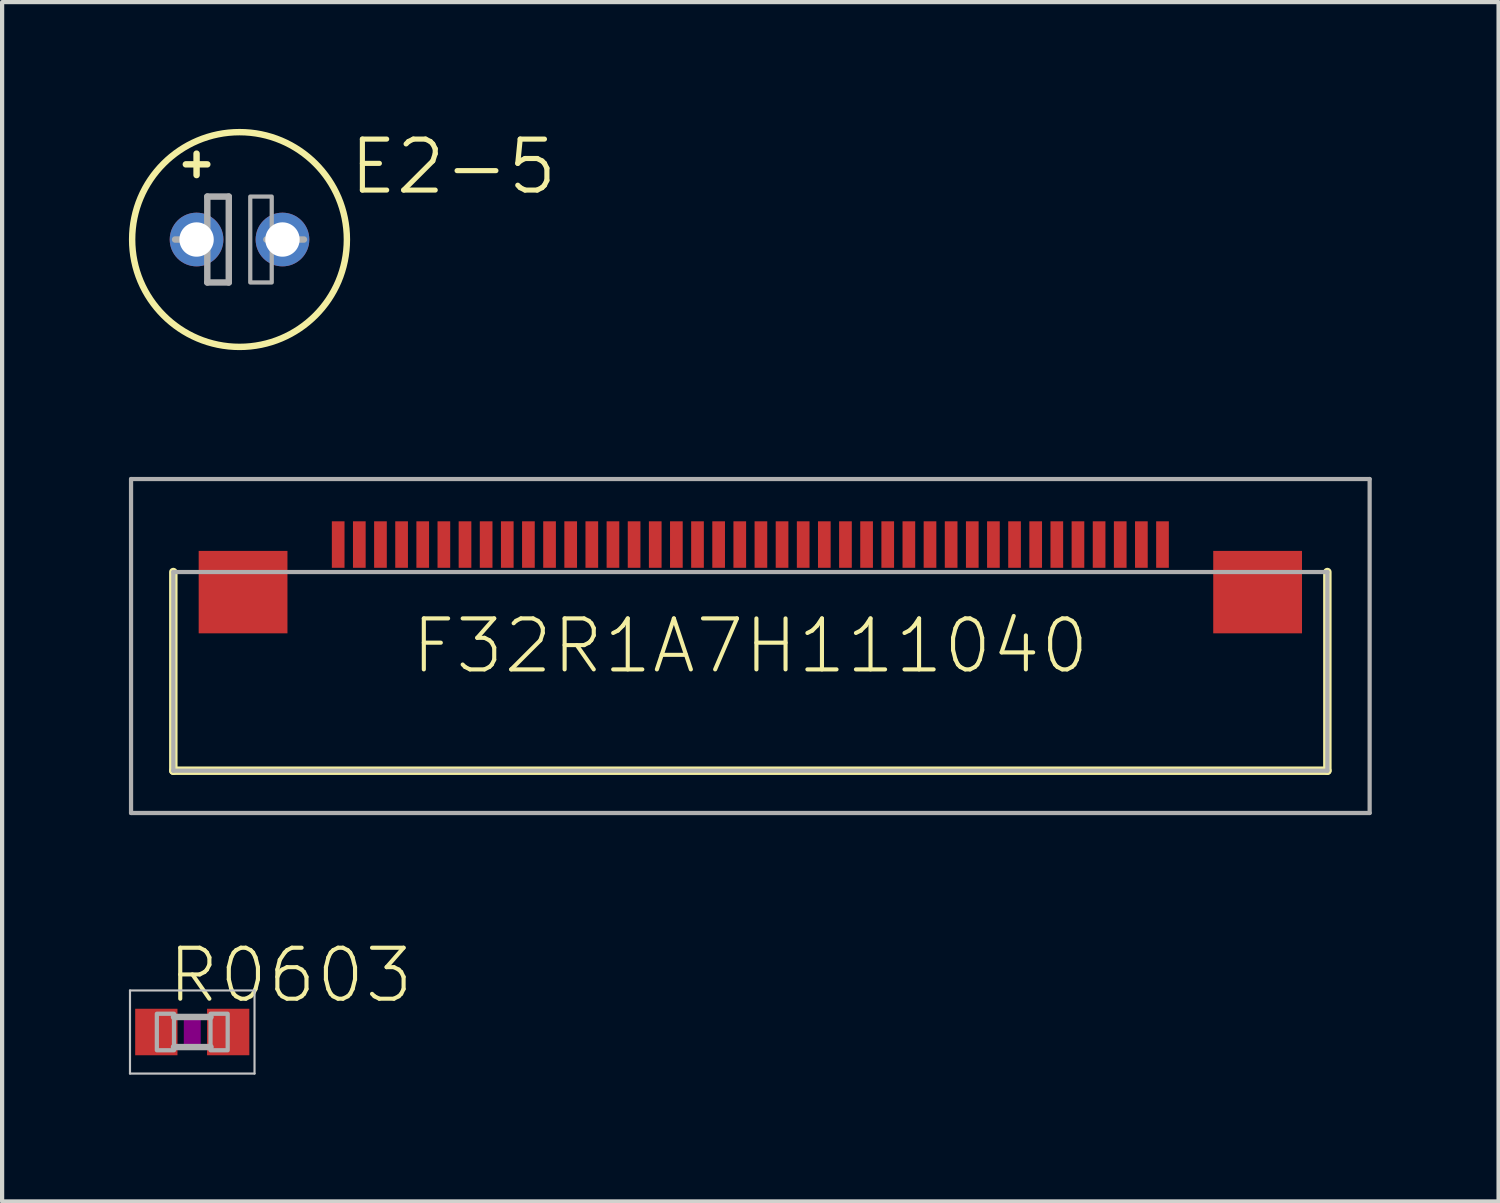
<source format=kicad_pcb>
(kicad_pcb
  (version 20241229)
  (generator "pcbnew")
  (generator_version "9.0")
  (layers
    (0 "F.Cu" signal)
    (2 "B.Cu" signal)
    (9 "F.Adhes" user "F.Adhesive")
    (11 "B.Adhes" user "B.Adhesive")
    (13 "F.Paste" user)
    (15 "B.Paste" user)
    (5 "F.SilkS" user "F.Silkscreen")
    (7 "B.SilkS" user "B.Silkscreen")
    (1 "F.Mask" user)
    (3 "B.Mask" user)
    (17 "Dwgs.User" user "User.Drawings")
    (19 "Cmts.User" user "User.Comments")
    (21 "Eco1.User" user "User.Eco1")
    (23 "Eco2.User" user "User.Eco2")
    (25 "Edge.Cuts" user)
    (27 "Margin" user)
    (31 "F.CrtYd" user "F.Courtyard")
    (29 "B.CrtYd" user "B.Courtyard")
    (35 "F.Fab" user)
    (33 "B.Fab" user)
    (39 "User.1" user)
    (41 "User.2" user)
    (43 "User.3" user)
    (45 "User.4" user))
  (footprint "E2-5"
    (layer "F.Cu")
    (at 2.616 2.616)
    (property "Reference" "E2-5" (at 2.54 -1.016 180) (layer "F.SilkS") (effects (font (size 1.206 1.206) (thickness 0.121)) (justify left bottom)))
    (attr through_hole)
    (fp_line (start -1.27 -1.778) (end -0.762 -1.778) (stroke (width 0.152) (type solid)) (layer "F.SilkS"))
    (fp_line (start -1.016 -1.524) (end -1.016 -2.032) (stroke (width 0.152) (type solid)) (layer "F.SilkS"))
    (fp_circle (center 0 0) (end 2.54 0) (stroke (width 0.152) (type solid)) (fill no) (layer "F.SilkS"))
    (fp_line (start -1.524 0) (end -0.762 0) (stroke (width 0.152) (type solid)) (layer "F.Fab"))
    (fp_line (start -0.762 -1.016) (end -0.762 0) (stroke (width 0.152) (type solid)) (layer "F.Fab"))
    (fp_line (start -0.762 0) (end -0.762 1.016) (stroke (width 0.152) (type solid)) (layer "F.Fab"))
    (fp_line (start -0.762 1.016) (end -0.254 1.016) (stroke (width 0.152) (type solid)) (layer "F.Fab"))
    (fp_line (start -0.254 -1.016) (end -0.762 -1.016) (stroke (width 0.152) (type solid)) (layer "F.Fab"))
    (fp_line (start -0.254 1.016) (end -0.254 -1.016) (stroke (width 0.152) (type solid)) (layer "F.Fab"))
    (fp_line (start 0.635 0) (end 1.524 0) (stroke (width 0.152) (type solid)) (layer "F.Fab"))
    (fp_poly (pts (xy 0.254 1.016) (xy 0.762 1.016) (xy 0.762 -1.016) (xy 0.254 -1.016)) (stroke (width 0.1) (type solid)) (fill no) (layer "F.Fab"))
    (pad "+" thru_hole circle (at -1.016 0) (size 1.27 1.27) (drill 0.813) (layers "*.Cu" "*.Mask"))
    (pad "-" thru_hole circle (at 1.016 0) (size 1.27 1.27) (drill 0.813) (layers "*.Cu" "*.Mask")))
  (footprint "F32R1A7H111040"
    (layer "F.Cu")
    (at 14.7 12.832)
    (property "Reference" "F32R1A7H111040" (at 0 -0.6 180) (layer "F.SilkS") (effects (font (size 1.206 1.206) (thickness 0.097))))
    (attr through_hole)
    (fp_line (start -13.65 -2.35) (end -13.65 2.35) (stroke (width 0.2) (type solid)) (layer "F.SilkS"))
    (fp_line (start -13.65 2.35) (end 13.65 2.35) (stroke (width 0.2) (type solid)) (layer "F.SilkS"))
    (fp_line (start 13.65 2.35) (end 13.65 -2.35) (stroke (width 0.2) (type solid)) (layer "F.SilkS"))
    (fp_line (start -14.65 -4.55) (end 14.65 -4.55) (stroke (width 0.1) (type solid)) (layer "F.Fab"))
    (fp_line (start -14.65 3.35) (end -14.65 -4.55) (stroke (width 0.1) (type solid)) (layer "F.Fab"))
    (fp_line (start -13.65 -2.35) (end -13.65 2.35) (stroke (width 0.1) (type solid)) (layer "F.Fab"))
    (fp_line (start -13.65 2.35) (end 13.65 2.35) (stroke (width 0.1) (type solid)) (layer "F.Fab"))
    (fp_line (start 13.65 -2.35) (end -13.65 -2.35) (stroke (width 0.1) (type solid)) (layer "F.Fab"))
    (fp_line (start 13.65 2.35) (end 13.65 -2.35) (stroke (width 0.1) (type solid)) (layer "F.Fab"))
    (fp_line (start 14.65 -4.55) (end 14.65 3.35) (stroke (width 0.1) (type solid)) (layer "F.Fab"))
    (fp_line (start 14.65 3.35) (end -14.65 3.35) (stroke (width 0.1) (type solid)) (layer "F.Fab"))
    (pad "1" smd rect (at -9.75 -3 90) (size 1.1 0.3) (layers "F.Cu" "F.Mask" "F.Paste"))
    (pad "2" smd rect (at -9.25 -3 90) (size 1.1 0.3) (layers "F.Cu" "F.Mask" "F.Paste"))
    (pad "3" smd rect (at -8.75 -3 90) (size 1.1 0.3) (layers "F.Cu" "F.Mask" "F.Paste"))
    (pad "4" smd rect (at -8.25 -3 90) (size 1.1 0.3) (layers "F.Cu" "F.Mask" "F.Paste"))
    (pad "5" smd rect (at -7.75 -3 90) (size 1.1 0.3) (layers "F.Cu" "F.Mask" "F.Paste"))
    (pad "6" smd rect (at -7.25 -3 90) (size 1.1 0.3) (layers "F.Cu" "F.Mask" "F.Paste"))
    (pad "7" smd rect (at -6.75 -3 90) (size 1.1 0.3) (layers "F.Cu" "F.Mask" "F.Paste"))
    (pad "8" smd rect (at -6.25 -3 90) (size 1.1 0.3) (layers "F.Cu" "F.Mask" "F.Paste"))
    (pad "9" smd rect (at -5.75 -3 90) (size 1.1 0.3) (layers "F.Cu" "F.Mask" "F.Paste"))
    (pad "10" smd rect (at -5.25 -3 90) (size 1.1 0.3) (layers "F.Cu" "F.Mask" "F.Paste"))
    (pad "11" smd rect (at -4.75 -3 90) (size 1.1 0.3) (layers "F.Cu" "F.Mask" "F.Paste"))
    (pad "12" smd rect (at -4.25 -3 90) (size 1.1 0.3) (layers "F.Cu" "F.Mask" "F.Paste"))
    (pad "13" smd rect (at -3.75 -3 90) (size 1.1 0.3) (layers "F.Cu" "F.Mask" "F.Paste"))
    (pad "14" smd rect (at -3.25 -3 90) (size 1.1 0.3) (layers "F.Cu" "F.Mask" "F.Paste"))
    (pad "15" smd rect (at -2.75 -3 90) (size 1.1 0.3) (layers "F.Cu" "F.Mask" "F.Paste"))
    (pad "16" smd rect (at -2.25 -3 90) (size 1.1 0.3) (layers "F.Cu" "F.Mask" "F.Paste"))
    (pad "17" smd rect (at -1.75 -3 90) (size 1.1 0.3) (layers "F.Cu" "F.Mask" "F.Paste"))
    (pad "18" smd rect (at -1.25 -3 90) (size 1.1 0.3) (layers "F.Cu" "F.Mask" "F.Paste"))
    (pad "19" smd rect (at -0.75 -3 90) (size 1.1 0.3) (layers "F.Cu" "F.Mask" "F.Paste"))
    (pad "20" smd rect (at -0.25 -3 90) (size 1.1 0.3) (layers "F.Cu" "F.Mask" "F.Paste"))
    (pad "21" smd rect (at 0.25 -3 90) (size 1.1 0.3) (layers "F.Cu" "F.Mask" "F.Paste"))
    (pad "22" smd rect (at 0.75 -3 90) (size 1.1 0.3) (layers "F.Cu" "F.Mask" "F.Paste"))
    (pad "23" smd rect (at 1.25 -3 90) (size 1.1 0.3) (layers "F.Cu" "F.Mask" "F.Paste"))
    (pad "24" smd rect (at 1.75 -3 90) (size 1.1 0.3) (layers "F.Cu" "F.Mask" "F.Paste"))
    (pad "25" smd rect (at 2.25 -3 90) (size 1.1 0.3) (layers "F.Cu" "F.Mask" "F.Paste"))
    (pad "26" smd rect (at 2.75 -3 90) (size 1.1 0.3) (layers "F.Cu" "F.Mask" "F.Paste"))
    (pad "27" smd rect (at 3.25 -3 90) (size 1.1 0.3) (layers "F.Cu" "F.Mask" "F.Paste"))
    (pad "28" smd rect (at 3.75 -3 90) (size 1.1 0.3) (layers "F.Cu" "F.Mask" "F.Paste"))
    (pad "29" smd rect (at 4.25 -3 90) (size 1.1 0.3) (layers "F.Cu" "F.Mask" "F.Paste"))
    (pad "30" smd rect (at 4.75 -3 90) (size 1.1 0.3) (layers "F.Cu" "F.Mask" "F.Paste"))
    (pad "31" smd rect (at 5.25 -3 90) (size 1.1 0.3) (layers "F.Cu" "F.Mask" "F.Paste"))
    (pad "32" smd rect (at 5.75 -3 90) (size 1.1 0.3) (layers "F.Cu" "F.Mask" "F.Paste"))
    (pad "33" smd rect (at 6.25 -3 90) (size 1.1 0.3) (layers "F.Cu" "F.Mask" "F.Paste"))
    (pad "34" smd rect (at 6.75 -3 90) (size 1.1 0.3) (layers "F.Cu" "F.Mask" "F.Paste"))
    (pad "35" smd rect (at 7.25 -3 90) (size 1.1 0.3) (layers "F.Cu" "F.Mask" "F.Paste"))
    (pad "36" smd rect (at 7.75 -3 90) (size 1.1 0.3) (layers "F.Cu" "F.Mask" "F.Paste"))
    (pad "37" smd rect (at 8.25 -3 90) (size 1.1 0.3) (layers "F.Cu" "F.Mask" "F.Paste"))
    (pad "38" smd rect (at 8.75 -3 90) (size 1.1 0.3) (layers "F.Cu" "F.Mask" "F.Paste"))
    (pad "39" smd rect (at 9.25 -3 90) (size 1.1 0.3) (layers "F.Cu" "F.Mask" "F.Paste"))
    (pad "40" smd rect (at 9.75 -3 90) (size 1.1 0.3) (layers "F.Cu" "F.Mask" "F.Paste"))
    (pad "MP1" smd rect (at -12 -1.875) (size 2.1 1.95) (layers "F.Cu" "F.Mask" "F.Paste"))
    (pad "MP2" smd rect (at 12 -1.875) (size 2.1 1.95) (layers "F.Cu" "F.Mask" "F.Paste")))
  (footprint "R0603"
    (layer "F.Cu")
    (at 1.498 21.363)
    (property "Reference" "R0603" (at -0.635 -0.635 180) (layer "F.SilkS") (effects (font (size 1.206 1.206) (thickness 0.097)) (justify left bottom)))
    (attr through_hole)
    (fp_poly (pts (xy -0.2 0.4) (xy 0.2 0.4) (xy 0.2 -0.4) (xy -0.2 -0.4)) (stroke (width 0) (type solid)) (fill yes) (layer "F.Adhes"))
    (fp_line (start -1.473 -0.983) (end 1.473 -0.983) (stroke (width 0.051) (type solid)) (layer "Dwgs.User"))
    (fp_line (start -1.473 0.983) (end -1.473 -0.983) (stroke (width 0.051) (type solid)) (layer "Dwgs.User"))
    (fp_line (start 1.473 -0.983) (end 1.473 0.983) (stroke (width 0.051) (type solid)) (layer "Dwgs.User"))
    (fp_line (start 1.473 0.983) (end -1.473 0.983) (stroke (width 0.051) (type solid)) (layer "Dwgs.User"))
    (fp_line (start -0.432 0.356) (end 0.432 0.356) (stroke (width 0.152) (type solid)) (layer "F.Fab"))
    (fp_line (start 0.432 -0.356) (end -0.432 -0.356) (stroke (width 0.152) (type solid)) (layer "F.Fab"))
    (fp_poly (pts (xy -0.838 0.432) (xy -0.432 0.432) (xy -0.432 -0.432) (xy -0.838 -0.432)) (stroke (width 0.1) (type solid)) (fill no) (layer "F.Fab"))
    (fp_poly (pts (xy 0.432 0.432) (xy 0.838 0.432) (xy 0.838 -0.432) (xy 0.432 -0.432)) (stroke (width 0.1) (type solid)) (fill no) (layer "F.Fab"))
    (pad "1" smd rect (at -0.85 0) (size 1 1.1) (layers "F.Cu" "F.Mask" "F.Paste"))
    (pad "2" smd rect (at 0.85 0) (size 1 1.1) (layers "F.Cu" "F.Mask" "F.Paste")))
  (gr_rect
    (start -3 -3)
    (end 32.4 25.372)
    (stroke (width 0.1) (type default))
    (fill no)
    (layer "Edge.Cuts")))
</source>
